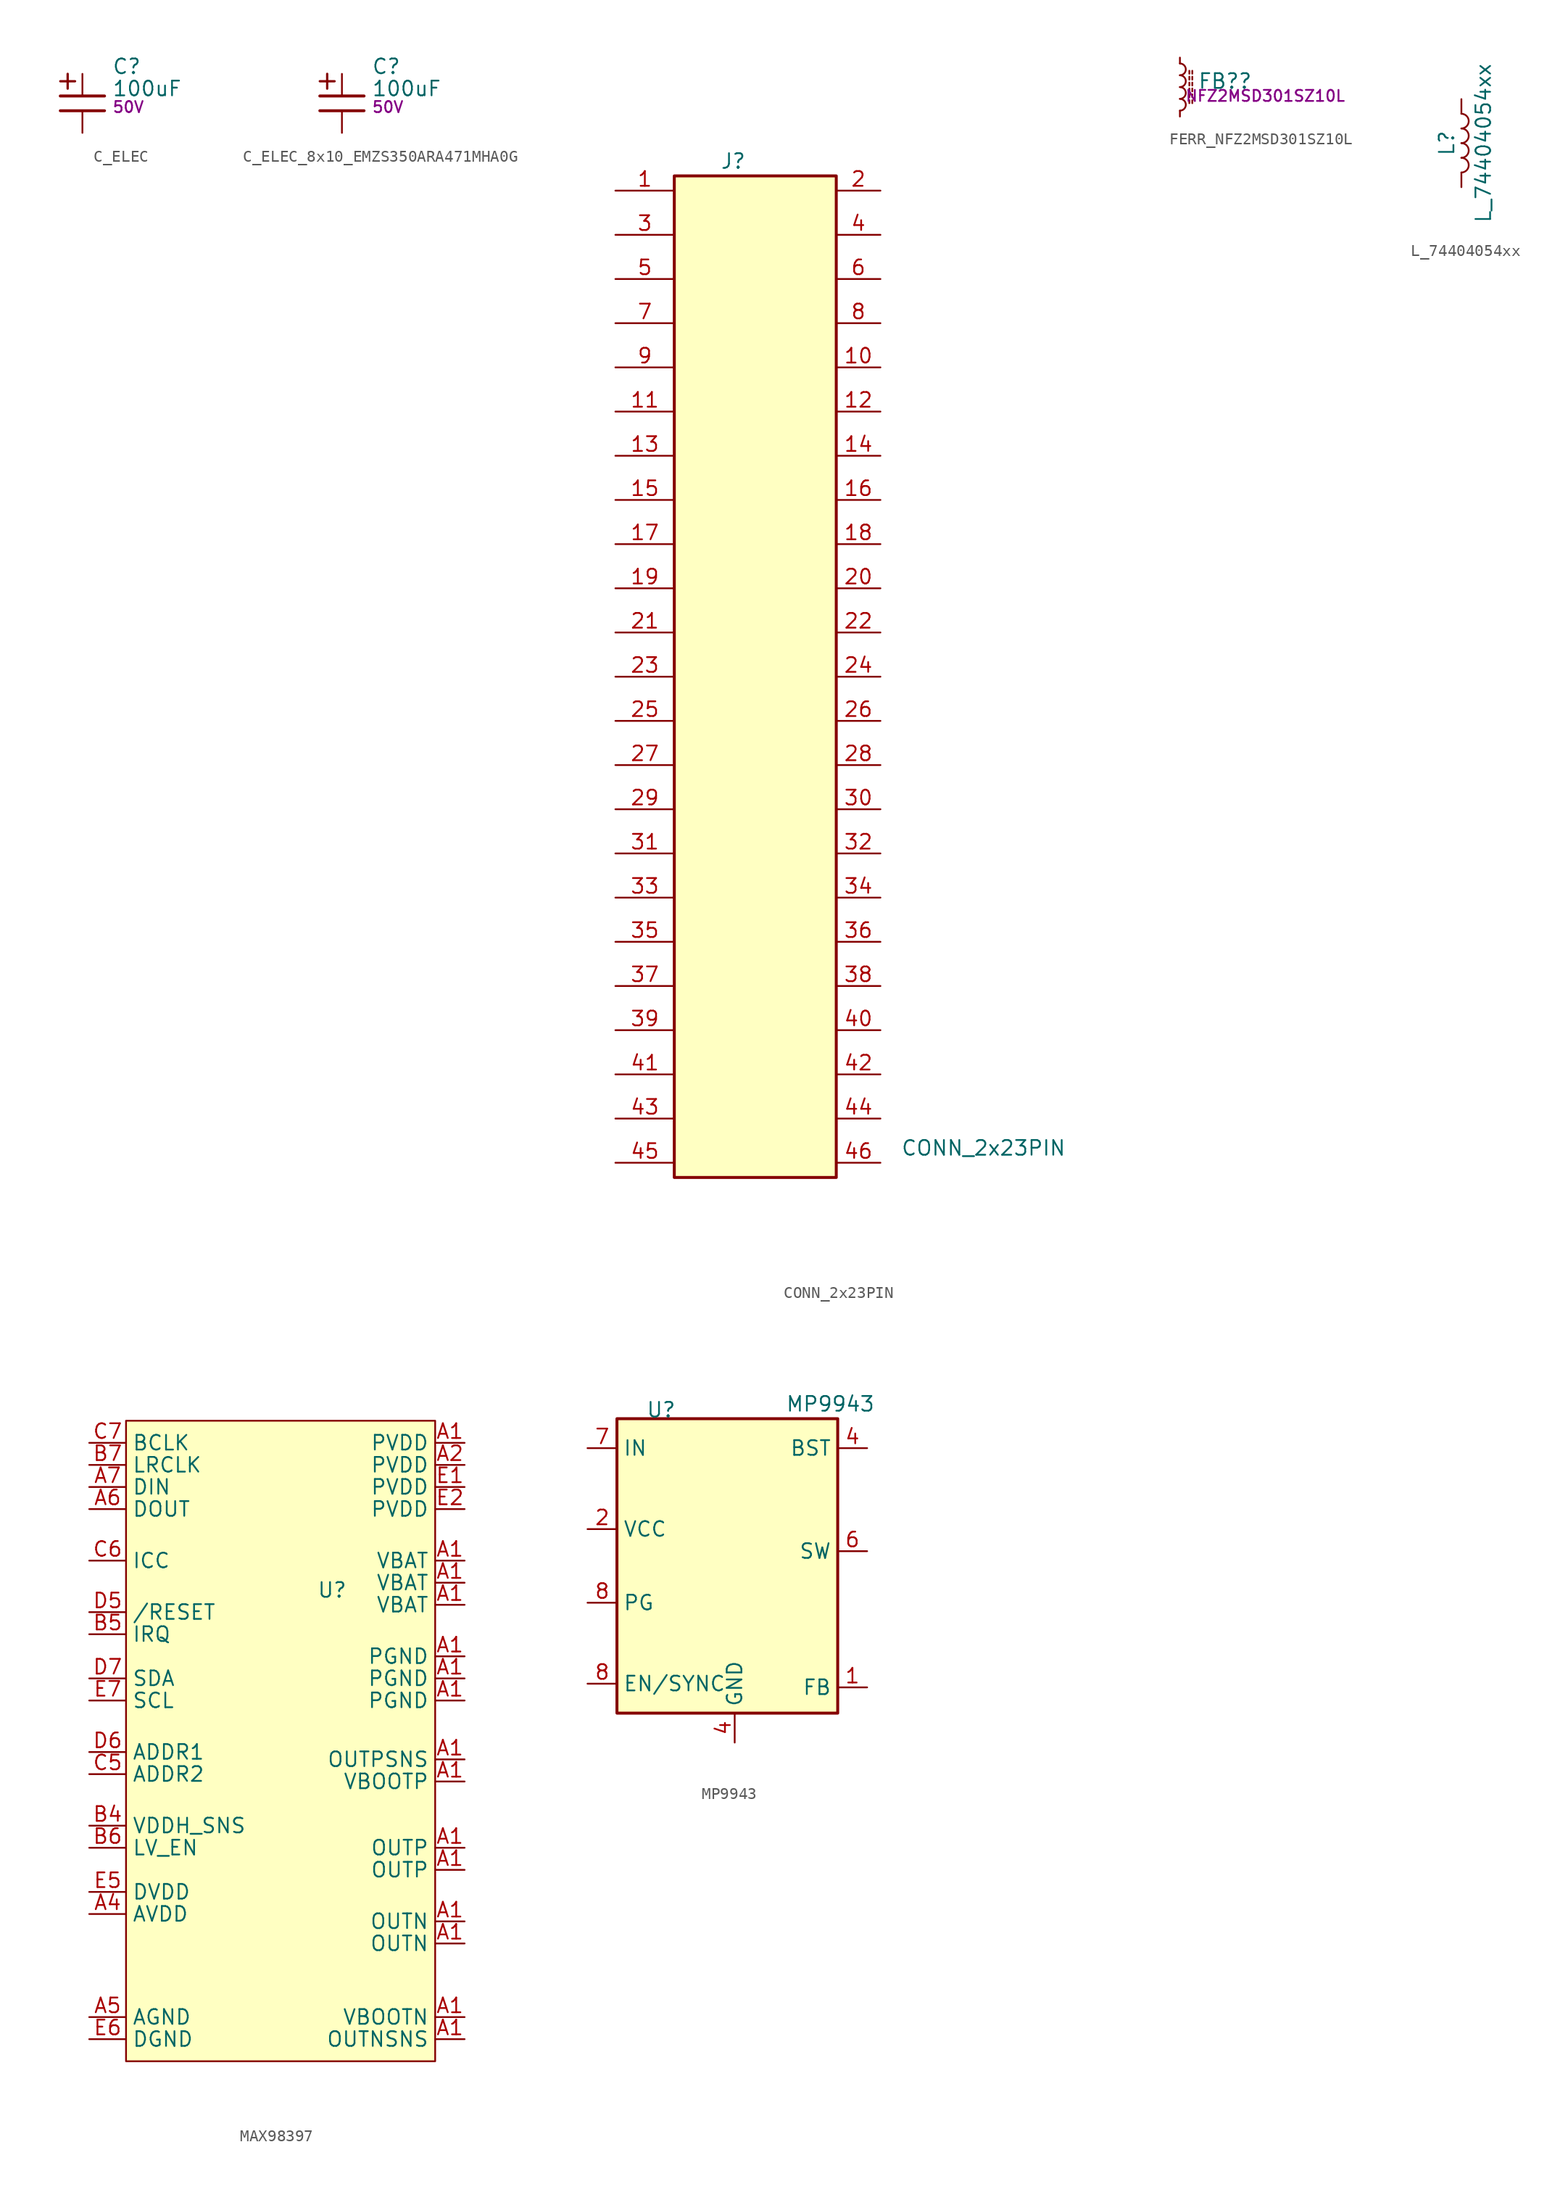
<source format=kicad_sym>
(kicad_symbol_lib
  (version 20231120)
  (generator "kicad_symbol_editor")
  (generator_version "8.0")
  (symbol "C_ELEC"
    (pin_numbers hide)
    (pin_names
      (offset 0.254))
    (property "Reference" "C"
      (at 2.54 3.175 0)
      (effects (font (size 1.27 1.27)) (justify left)))
    (property "Value" "100uF"
      (at 2.54 1.27 0)
      (effects (font (size 1.27 1.27)) (justify left)))
    (property "Voltage" "50V"
      (at 2.54 -0.318 0)
      (effects (font (size 0.953 0.953)) (justify left)))
    (symbol "C_ELEC_0_1"
      (polyline (pts (xy -1.905 -0.635) (xy 1.905 -0.635)) (stroke (width 0.25) (type default)) (fill (type none)))
      (polyline (pts (xy -1.905 1.905) (xy -0.635 1.905)) (stroke (width 0.2) (type default)) (fill (type none)))
      (polyline (pts (xy -1.27 1.27) (xy -1.27 2.54)) (stroke (width 0.2) (type default)) (fill (type none))))
    (symbol "C_ELEC_1_1"
      (polyline (pts (xy -1.905 0.635) (xy 1.905 0.635)) (stroke (width 0.254) (type default)) (fill (type none)))
      (pin passive line (at 0 2.54 270) (length 1.905) (name "~" (effects (font (size 1.27 1.27)))) (number "1" (effects (font (size 1.27 1.27)))))
      (pin passive line (at 0 -2.54 90) (length 1.905) (name "~" (effects (font (size 1.27 1.27)))) (number "2" (effects (font (size 1.27 1.27)))))))
  (symbol "C_ELEC_8x10_EMZS350ARA471MHA0G"
    (pin_numbers hide)
    (pin_names
      (offset 0.254))
    (property "Reference" "C"
      (at 2.54 3.175 0)
      (effects (font (size 1.27 1.27)) (justify left)))
    (property "Value" "100uF"
      (at 2.54 1.27 0)
      (effects (font (size 1.27 1.27)) (justify left)))
    (property "Voltage" "50V"
      (at 2.54 -0.318 0)
      (effects (font (size 0.953 0.953)) (justify left)))
    (symbol "C_ELEC_8x10_EMZS350ARA471MHA0G_0_1"
      (polyline (pts (xy -1.905 -0.635) (xy 1.905 -0.635)) (stroke (width 0.25) (type default)) (fill (type none)))
      (polyline (pts (xy -1.905 1.905) (xy -0.635 1.905)) (stroke (width 0.2) (type default)) (fill (type none)))
      (polyline (pts (xy -1.27 1.27) (xy -1.27 2.54)) (stroke (width 0.2) (type default)) (fill (type none))))
    (symbol "C_ELEC_8x10_EMZS350ARA471MHA0G_1_1"
      (polyline (pts (xy -1.905 0.635) (xy 1.905 0.635)) (stroke (width 0.254) (type default)) (fill (type none)))
      (pin passive line (at 0 2.54 270) (length 1.905) (name "~" (effects (font (size 1.27 1.27)))) (number "1" (effects (font (size 1.27 1.27)))))
      (pin passive line (at 0 -2.54 90) (length 1.905) (name "~" (effects (font (size 1.27 1.27)))) (number "2" (effects (font (size 1.27 1.27)))))))
  (symbol "CONN_2x23PIN"
    (pin_names
      (offset 1.016) hide)
    (property "Reference" "J"
      (at -20.32 52.07 0)
      (effects (font (size 1.27 1.27))))
    (property "Value" "CONN_2x23PIN"
      (at 1.27 -33.02 0)
      (effects (font (size 1.27 1.27))))
    (symbol "CONN_2x23PIN_1_1"
      (rectangle (start -25.4 50.8) (end -11.43 -35.56) (stroke (width 0.254) (type default)) (fill (type background)))
      (pin passive line (at -30.48 49.53 0) (length 5.08) (name "Pin_1" (effects (font (size 1.27 1.27)))) (number "1" (effects (font (size 1.27 1.27)))))
      (pin passive line (at -7.62 34.29 180) (length 3.81) (name "Pin_10" (effects (font (size 1.27 1.27)))) (number "10" (effects (font (size 1.27 1.27)))))
      (pin passive line (at -30.48 30.48 0) (length 5.08) (name "Pin_11" (effects (font (size 1.27 1.27)))) (number "11" (effects (font (size 1.27 1.27)))))
      (pin passive line (at -7.62 30.48 180) (length 3.81) (name "Pin_12" (effects (font (size 1.27 1.27)))) (number "12" (effects (font (size 1.27 1.27)))))
      (pin passive line (at -30.48 26.67 0) (length 5.08) (name "Pin_13" (effects (font (size 1.27 1.27)))) (number "13" (effects (font (size 1.27 1.27)))))
      (pin passive line (at -7.62 26.67 180) (length 3.81) (name "Pin_14" (effects (font (size 1.27 1.27)))) (number "14" (effects (font (size 1.27 1.27)))))
      (pin passive line (at -30.48 22.86 0) (length 5.08) (name "Pin_15" (effects (font (size 1.27 1.27)))) (number "15" (effects (font (size 1.27 1.27)))))
      (pin passive line (at -7.62 22.86 180) (length 3.81) (name "Pin_16" (effects (font (size 1.27 1.27)))) (number "16" (effects (font (size 1.27 1.27)))))
      (pin passive line (at -30.48 19.05 0) (length 5.08) (name "Pin_17" (effects (font (size 1.27 1.27)))) (number "17" (effects (font (size 1.27 1.27)))))
      (pin passive line (at -7.62 19.05 180) (length 3.81) (name "Pin_18" (effects (font (size 1.27 1.27)))) (number "18" (effects (font (size 1.27 1.27)))))
      (pin passive line (at -30.48 15.24 0) (length 5.08) (name "Pin_19" (effects (font (size 1.27 1.27)))) (number "19" (effects (font (size 1.27 1.27)))))
      (pin passive line (at -7.62 49.53 180) (length 3.81) (name "Pin_2" (effects (font (size 1.27 1.27)))) (number "2" (effects (font (size 1.27 1.27)))))
      (pin passive line (at -7.62 15.24 180) (length 3.81) (name "Pin_20" (effects (font (size 1.27 1.27)))) (number "20" (effects (font (size 1.27 1.27)))))
      (pin passive line (at -30.48 11.43 0) (length 5.08) (name "Pin_21" (effects (font (size 1.27 1.27)))) (number "21" (effects (font (size 1.27 1.27)))))
      (pin passive line (at -7.62 11.43 180) (length 3.81) (name "Pin_22" (effects (font (size 1.27 1.27)))) (number "22" (effects (font (size 1.27 1.27)))))
      (pin passive line (at -30.48 7.62 0) (length 5.08) (name "Pin_23" (effects (font (size 1.27 1.27)))) (number "23" (effects (font (size 1.27 1.27)))))
      (pin passive line (at -7.62 7.62 180) (length 3.81) (name "Pin_24" (effects (font (size 1.27 1.27)))) (number "24" (effects (font (size 1.27 1.27)))))
      (pin passive line (at -30.48 3.81 0) (length 5.08) (name "Pin_25" (effects (font (size 1.27 1.27)))) (number "25" (effects (font (size 1.27 1.27)))))
      (pin passive line (at -7.62 3.81 180) (length 3.81) (name "Pin_26" (effects (font (size 1.27 1.27)))) (number "26" (effects (font (size 1.27 1.27)))))
      (pin passive line (at -30.48 0 0) (length 5.08) (name "Pin_27" (effects (font (size 1.27 1.27)))) (number "27" (effects (font (size 1.27 1.27)))))
      (pin passive line (at -7.62 0 180) (length 3.81) (name "Pin_28" (effects (font (size 1.27 1.27)))) (number "28" (effects (font (size 1.27 1.27)))))
      (pin passive line (at -30.48 -3.81 0) (length 5.08) (name "Pin_29" (effects (font (size 1.27 1.27)))) (number "29" (effects (font (size 1.27 1.27)))))
      (pin passive line (at -30.48 45.72 0) (length 5.08) (name "Pin_3" (effects (font (size 1.27 1.27)))) (number "3" (effects (font (size 1.27 1.27)))))
      (pin passive line (at -7.62 -3.81 180) (length 3.81) (name "Pin_30" (effects (font (size 1.27 1.27)))) (number "30" (effects (font (size 1.27 1.27)))))
      (pin passive line (at -30.48 -7.62 0) (length 5.08) (name "Pin_31" (effects (font (size 1.27 1.27)))) (number "31" (effects (font (size 1.27 1.27)))))
      (pin passive line (at -7.62 -7.62 180) (length 3.81) (name "Pin_32" (effects (font (size 1.27 1.27)))) (number "32" (effects (font (size 1.27 1.27)))))
      (pin passive line (at -30.48 -11.43 0) (length 5.08) (name "Pin_33" (effects (font (size 1.27 1.27)))) (number "33" (effects (font (size 1.27 1.27)))))
      (pin passive line (at -7.62 -11.43 180) (length 3.81) (name "Pin_34" (effects (font (size 1.27 1.27)))) (number "34" (effects (font (size 1.27 1.27)))))
      (pin passive line (at -30.48 -15.24 0) (length 5.08) (name "Pin_35" (effects (font (size 1.27 1.27)))) (number "35" (effects (font (size 1.27 1.27)))))
      (pin passive line (at -7.62 -15.24 180) (length 3.81) (name "Pin_36" (effects (font (size 1.27 1.27)))) (number "36" (effects (font (size 1.27 1.27)))))
      (pin passive line (at -30.48 -19.05 0) (length 5.08) (name "Pin_37" (effects (font (size 1.27 1.27)))) (number "37" (effects (font (size 1.27 1.27)))))
      (pin passive line (at -7.62 -19.05 180) (length 3.81) (name "Pin_38" (effects (font (size 1.27 1.27)))) (number "38" (effects (font (size 1.27 1.27)))))
      (pin passive line (at -30.48 -22.86 0) (length 5.08) (name "Pin_39" (effects (font (size 1.27 1.27)))) (number "39" (effects (font (size 1.27 1.27)))))
      (pin passive line (at -7.62 45.72 180) (length 3.81) (name "Pin_4" (effects (font (size 1.27 1.27)))) (number "4" (effects (font (size 1.27 1.27)))))
      (pin passive line (at -7.62 -22.86 180) (length 3.81) (name "Pin_40" (effects (font (size 1.27 1.27)))) (number "40" (effects (font (size 1.27 1.27)))))
      (pin passive line (at -30.48 -26.67 0) (length 5.08) (name "Pin_41" (effects (font (size 1.27 1.27)))) (number "41" (effects (font (size 1.27 1.27)))))
      (pin passive line (at -7.62 -26.67 180) (length 3.81) (name "Pin_42" (effects (font (size 1.27 1.27)))) (number "42" (effects (font (size 1.27 1.27)))))
      (pin passive line (at -30.48 -30.48 0) (length 5.08) (name "Pin_43" (effects (font (size 1.27 1.27)))) (number "43" (effects (font (size 1.27 1.27)))))
      (pin passive line (at -7.62 -30.48 180) (length 3.81) (name "Pin_44" (effects (font (size 1.27 1.27)))) (number "44" (effects (font (size 1.27 1.27)))))
      (pin passive line (at -30.48 -34.29 0) (length 5.08) (name "Pin_45" (effects (font (size 1.27 1.27)))) (number "45" (effects (font (size 1.27 1.27)))))
      (pin passive line (at -7.62 -34.29 180) (length 3.81) (name "Pin_46" (effects (font (size 1.27 1.27)))) (number "46" (effects (font (size 1.27 1.27)))))
      (pin passive line (at -30.48 41.91 0) (length 5.08) (name "Pin_5" (effects (font (size 1.27 1.27)))) (number "5" (effects (font (size 1.27 1.27)))))
      (pin passive line (at -7.62 41.91 180) (length 3.81) (name "Pin_6" (effects (font (size 1.27 1.27)))) (number "6" (effects (font (size 1.27 1.27)))))
      (pin passive line (at -30.48 38.1 0) (length 5.08) (name "Pin_7" (effects (font (size 1.27 1.27)))) (number "7" (effects (font (size 1.27 1.27)))))
      (pin passive line (at -7.62 38.1 180) (length 3.81) (name "Pin_8" (effects (font (size 1.27 1.27)))) (number "8" (effects (font (size 1.27 1.27)))))
      (pin passive line (at -30.48 34.29 0) (length 5.08) (name "Pin_9" (effects (font (size 1.27 1.27)))) (number "9" (effects (font (size 1.27 1.27)))))))
  (symbol "FERR_NFZ2MSD301SZ10L"
    (pin_numbers hide)
    (pin_names
      (offset 0.254) hide)
    (property "Reference" "FB?"
      (at 1.524 0.508 0)
      (effects (font (size 1.27 1.27)) (justify left)))
    (property "MPN" "NFZ2MSD301SZ10L"
      (at 7.366 -0.762 0)
      (effects (font (size 0.953 0.953))))
    (symbol "FERR_NFZ2MSD301SZ10L_0_1"
      (arc (start 0 -1.016) (mid 0.5058 -0.508) (end 0 0) (stroke (width 0) (type default)) (fill (type none)))
      (polyline (pts (xy 0.813 -1.389) (xy 0.813 -1.135)) (stroke (width 0) (type default)) (fill (type none)))
      (polyline (pts (xy 0.813 -0.881) (xy 0.813 -0.627)) (stroke (width 0) (type default)) (fill (type none)))
      (polyline (pts (xy 0.813 -0.373) (xy 0.813 -0.119)) (stroke (width 0) (type default)) (fill (type none)))
      (polyline (pts (xy 0.813 0.135) (xy 0.813 0.389)) (stroke (width 0) (type default)) (fill (type none)))
      (polyline (pts (xy 0.813 0.643) (xy 0.813 0.897)) (stroke (width 0) (type default)) (fill (type none)))
      (polyline (pts (xy 0.813 1.151) (xy 0.813 1.405)) (stroke (width 0) (type default)) (fill (type none)))
      (polyline (pts (xy 1.067 -1.135) (xy 1.067 -1.389)) (stroke (width 0) (type default)) (fill (type none)))
      (polyline (pts (xy 1.067 -0.627) (xy 1.067 -0.881)) (stroke (width 0) (type default)) (fill (type none)))
      (polyline (pts (xy 1.067 -0.119) (xy 1.067 -0.373)) (stroke (width 0) (type default)) (fill (type none)))
      (polyline (pts (xy 1.067 0.389) (xy 1.067 0.135)) (stroke (width 0) (type default)) (fill (type none)))
      (polyline (pts (xy 1.067 0.897) (xy 1.067 0.643)) (stroke (width 0) (type default)) (fill (type none)))
      (polyline (pts (xy 1.067 1.405) (xy 1.067 1.151)) (stroke (width 0) (type default)) (fill (type none)))
      (arc (start 0 0) (mid 0.5058 0.508) (end 0 1.016) (stroke (width 0) (type default)) (fill (type none)))
      (arc (start 0 1.016) (mid 0.5058 1.524) (end 0 2.032) (stroke (width 0) (type default)) (fill (type none)))
      (arc (start 0.0022 -2.032) (mid 0.508 -1.524) (end 0.0022 -1.016) (stroke (width 0) (type default)) (fill (type none))))
    (symbol "FERR_NFZ2MSD301SZ10L_1_1"
      (pin passive line (at 0 2.54 270) (length 0.508) (name "~" (effects (font (size 1.27 1.27)))) (number "1" (effects (font (size 1.27 1.27)))))
      (pin passive line (at 0 -2.54 90) (length 0.508) (name "~" (effects (font (size 1.27 1.27)))) (number "2" (effects (font (size 1.27 1.27)))))))
  (symbol "L_74404054xx"
    (pin_numbers hide)
    (pin_names
      (offset 1.016) hide)
    (property "Reference" "L"
      (at -1.27 0 90)
      (effects (font (size 1.27 1.27))))
    (property "Value" "L_74404054xx"
      (at 1.905 0 90)
      (effects (font (size 1.27 1.27))))
    (symbol "L_74404054xx_0_1"
      (arc (start 0 -2.54) (mid 0.6323 -1.905) (end 0 -1.27) (stroke (width 0) (type default)) (fill (type none)))
      (arc (start 0 -1.27) (mid 0.6323 -0.635) (end 0 0) (stroke (width 0) (type default)) (fill (type none)))
      (arc (start 0 0) (mid 0.6323 0.635) (end 0 1.27) (stroke (width 0) (type default)) (fill (type none)))
      (arc (start 0 1.27) (mid 0.6323 1.905) (end 0 2.54) (stroke (width 0) (type default)) (fill (type none))))
    (symbol "L_74404054xx_1_1"
      (pin passive line (at 0 3.81 270) (length 1.27) (name "1" (effects (font (size 1.27 1.27)))) (number "1" (effects (font (size 1.27 1.27)))))
      (pin passive line (at 0 -3.81 90) (length 1.27) (name "2" (effects (font (size 1.27 1.27)))) (number "2" (effects (font (size 1.27 1.27)))))))
  (symbol "MAX98397"
    (property "Reference" "U"
      (at 0 0 0)
      (effects (font (size 1.27 1.27))))
    (property "Value" ""
      (at 0 0 0)
      (effects (font (size 1.27 1.27))))
    (symbol "MAX98397_1_1"
      (rectangle (start -17.78 14.605) (end 8.89 -40.64) (stroke (width 0) (type default)) (fill (type background)))
      (pin power_in line (at 11.43 -30.48 180) (length 2.54) (name "OUTN" (effects (font (size 1.27 1.27)))) (number "A1" (effects (font (size 1.27 1.27)))))
      (pin power_in line (at 11.43 -28.575 180) (length 2.54) (name "OUTN" (effects (font (size 1.27 1.27)))) (number "A1" (effects (font (size 1.27 1.27)))))
      (pin power_in line (at 11.43 -38.735 180) (length 2.54) (name "OUTNSNS" (effects (font (size 1.27 1.27)))) (number "A1" (effects (font (size 1.27 1.27)))))
      (pin power_in line (at 11.43 -24.13 180) (length 2.54) (name "OUTP" (effects (font (size 1.27 1.27)))) (number "A1" (effects (font (size 1.27 1.27)))))
      (pin power_in line (at 11.43 -22.225 180) (length 2.54) (name "OUTP" (effects (font (size 1.27 1.27)))) (number "A1" (effects (font (size 1.27 1.27)))))
      (pin power_in line (at 11.43 -14.605 180) (length 2.54) (name "OUTPSNS" (effects (font (size 1.27 1.27)))) (number "A1" (effects (font (size 1.27 1.27)))))
      (pin power_in line (at 11.43 -9.525 180) (length 2.54) (name "PGND" (effects (font (size 1.27 1.27)))) (number "A1" (effects (font (size 1.27 1.27)))))
      (pin power_in line (at 11.43 -7.62 180) (length 2.54) (name "PGND" (effects (font (size 1.27 1.27)))) (number "A1" (effects (font (size 1.27 1.27)))))
      (pin power_in line (at 11.43 -5.715 180) (length 2.54) (name "PGND" (effects (font (size 1.27 1.27)))) (number "A1" (effects (font (size 1.27 1.27)))))
      (pin power_in line (at 11.43 12.7 180) (length 2.54) (name "PVDD" (effects (font (size 1.27 1.27)))) (number "A1" (effects (font (size 1.27 1.27)))))
      (pin power_in line (at 11.43 -1.27 180) (length 2.54) (name "VBAT" (effects (font (size 1.27 1.27)))) (number "A1" (effects (font (size 1.27 1.27)))))
      (pin power_in line (at 11.43 0.635 180) (length 2.54) (name "VBAT" (effects (font (size 1.27 1.27)))) (number "A1" (effects (font (size 1.27 1.27)))))
      (pin power_in line (at 11.43 2.54 180) (length 2.54) (name "VBAT" (effects (font (size 1.27 1.27)))) (number "A1" (effects (font (size 1.27 1.27)))))
      (pin power_in line (at 11.43 -36.83 180) (length 2.54) (name "VBOOTN" (effects (font (size 1.27 1.27)))) (number "A1" (effects (font (size 1.27 1.27)))))
      (pin power_in line (at 11.43 -16.51 180) (length 2.54) (name "VBOOTP" (effects (font (size 1.27 1.27)))) (number "A1" (effects (font (size 1.27 1.27)))))
      (pin power_in line (at 11.43 10.795 180) (length 2.54) (name "PVDD" (effects (font (size 1.27 1.27)))) (number "A2" (effects (font (size 1.27 1.27)))))
      (pin power_in line (at -20.955 -27.94 0) (length 3.175) (name "AVDD" (effects (font (size 1.27 1.27)))) (number "A4" (effects (font (size 1.27 1.27)))))
      (pin input line (at -20.955 -36.83 0) (length 3.175) (name "AGND" (effects (font (size 1.27 1.27)))) (number "A5" (effects (font (size 1.27 1.27)))))
      (pin output line (at -20.955 6.985 0) (length 3.175) (name "DOUT" (effects (font (size 1.27 1.27)))) (number "A6" (effects (font (size 1.27 1.27)))))
      (pin input line (at -20.955 8.89 0) (length 3.175) (name "DIN" (effects (font (size 1.27 1.27)))) (number "A7" (effects (font (size 1.27 1.27)))))
      (pin input line (at -20.955 -20.32 0) (length 3.175) (name "VDDH_SNS" (effects (font (size 1.27 1.27)))) (number "B4" (effects (font (size 1.27 1.27)))))
      (pin output line (at -20.955 -3.81 0) (length 3.175) (name "IRQ" (effects (font (size 1.27 1.27)))) (number "B5" (effects (font (size 1.27 1.27)))))
      (pin power_in line (at -20.955 -22.225 0) (length 3.175) (name "LV_EN" (effects (font (size 1.27 1.27)))) (number "B6" (effects (font (size 1.27 1.27)))))
      (pin bidirectional line (at -20.955 10.795 0) (length 3.175) (name "LRCLK" (effects (font (size 1.27 1.27)))) (number "B7" (effects (font (size 1.27 1.27)))))
      (pin input line (at -20.955 -15.875 0) (length 3.175) (name "ADDR2" (effects (font (size 1.27 1.27)))) (number "C5" (effects (font (size 1.27 1.27)))))
      (pin bidirectional line (at -20.955 2.54 0) (length 3.175) (name "ICC" (effects (font (size 1.27 1.27)))) (number "C6" (effects (font (size 1.27 1.27)))))
      (pin bidirectional line (at -20.955 12.7 0) (length 3.175) (name "BCLK" (effects (font (size 1.27 1.27)))) (number "C7" (effects (font (size 1.27 1.27)))))
      (pin input line (at -20.955 -1.905 0) (length 3.175) (name "/RESET" (effects (font (size 1.27 1.27)))) (number "D5" (effects (font (size 1.27 1.27)))))
      (pin power_in line (at -20.955 -13.97 0) (length 3.175) (name "ADDR1" (effects (font (size 1.27 1.27)))) (number "D6" (effects (font (size 1.27 1.27)))))
      (pin power_in line (at -20.955 -7.62 0) (length 3.175) (name "SDA" (effects (font (size 1.27 1.27)))) (number "D7" (effects (font (size 1.27 1.27)))))
      (pin power_in line (at 11.43 8.89 180) (length 2.54) (name "PVDD" (effects (font (size 1.27 1.27)))) (number "E1" (effects (font (size 1.27 1.27)))))
      (pin power_in line (at 11.43 6.985 180) (length 2.54) (name "PVDD" (effects (font (size 1.27 1.27)))) (number "E2" (effects (font (size 1.27 1.27)))))
      (pin power_in line (at -20.955 -26.035 0) (length 3.175) (name "DVDD" (effects (font (size 1.27 1.27)))) (number "E5" (effects (font (size 1.27 1.27)))))
      (pin power_in line (at -20.955 -38.735 0) (length 3.175) (name "DGND" (effects (font (size 1.27 1.27)))) (number "E6" (effects (font (size 1.27 1.27)))))
      (pin input line (at -20.955 -9.525 0) (length 3.175) (name "SCL" (effects (font (size 1.27 1.27)))) (number "E7" (effects (font (size 1.27 1.27)))))))
  (symbol "MP9943"
    (property "Reference" "U"
      (at -7.62 8.382 0)
      (effects (font (size 1.27 1.27))))
    (property "Value" "MP9943"
      (at 6.985 8.89 0)
      (effects (font (size 1.27 1.27))))
    (symbol "MP9943_0_1"
      (rectangle (start -11.43 7.62) (end 7.62 -17.78) (stroke (width 0.254) (type default)) (fill (type background))))
    (symbol "MP9943_1_1"
      (pin input line (at 10.16 -15.557 180) (length 2.54) (name "FB" (effects (font (size 1.27 1.27)))) (number "1" (effects (font (size 1.27 1.27)))))
      (pin input line (at -13.97 -1.905 0) (length 2.54) (name "VCC" (effects (font (size 1.27 1.27)))) (number "2" (effects (font (size 1.27 1.27)))))
      (pin passive line (at 10.16 5.08 180) (length 2.54) (name "BST" (effects (font (size 1.27 1.27)))) (number "4" (effects (font (size 1.27 1.27)))))
      (pin power_in line (at -1.27 -20.32 90) (length 2.54) (name "GND" (effects (font (size 1.27 1.27)))) (number "4" (effects (font (size 1.27 1.27)))))
      (pin output line (at 10.16 -3.81 180) (length 2.54) (name "SW" (effects (font (size 1.27 1.27)))) (number "6" (effects (font (size 1.27 1.27)))))
      (pin input line (at -13.97 5.08 0) (length 2.54) (name "IN" (effects (font (size 1.27 1.27)))) (number "7" (effects (font (size 1.27 1.27)))))
      (pin passive line (at -13.97 -15.24 0) (length 2.54) (name "EN/SYNC" (effects (font (size 1.27 1.27)))) (number "8" (effects (font (size 1.27 1.27)))))
      (pin passive line (at -13.97 -8.255 0) (length 2.54) (name "PG" (effects (font (size 1.27 1.27)))) (number "8" (effects (font (size 1.27 1.27))))))))
</source>
